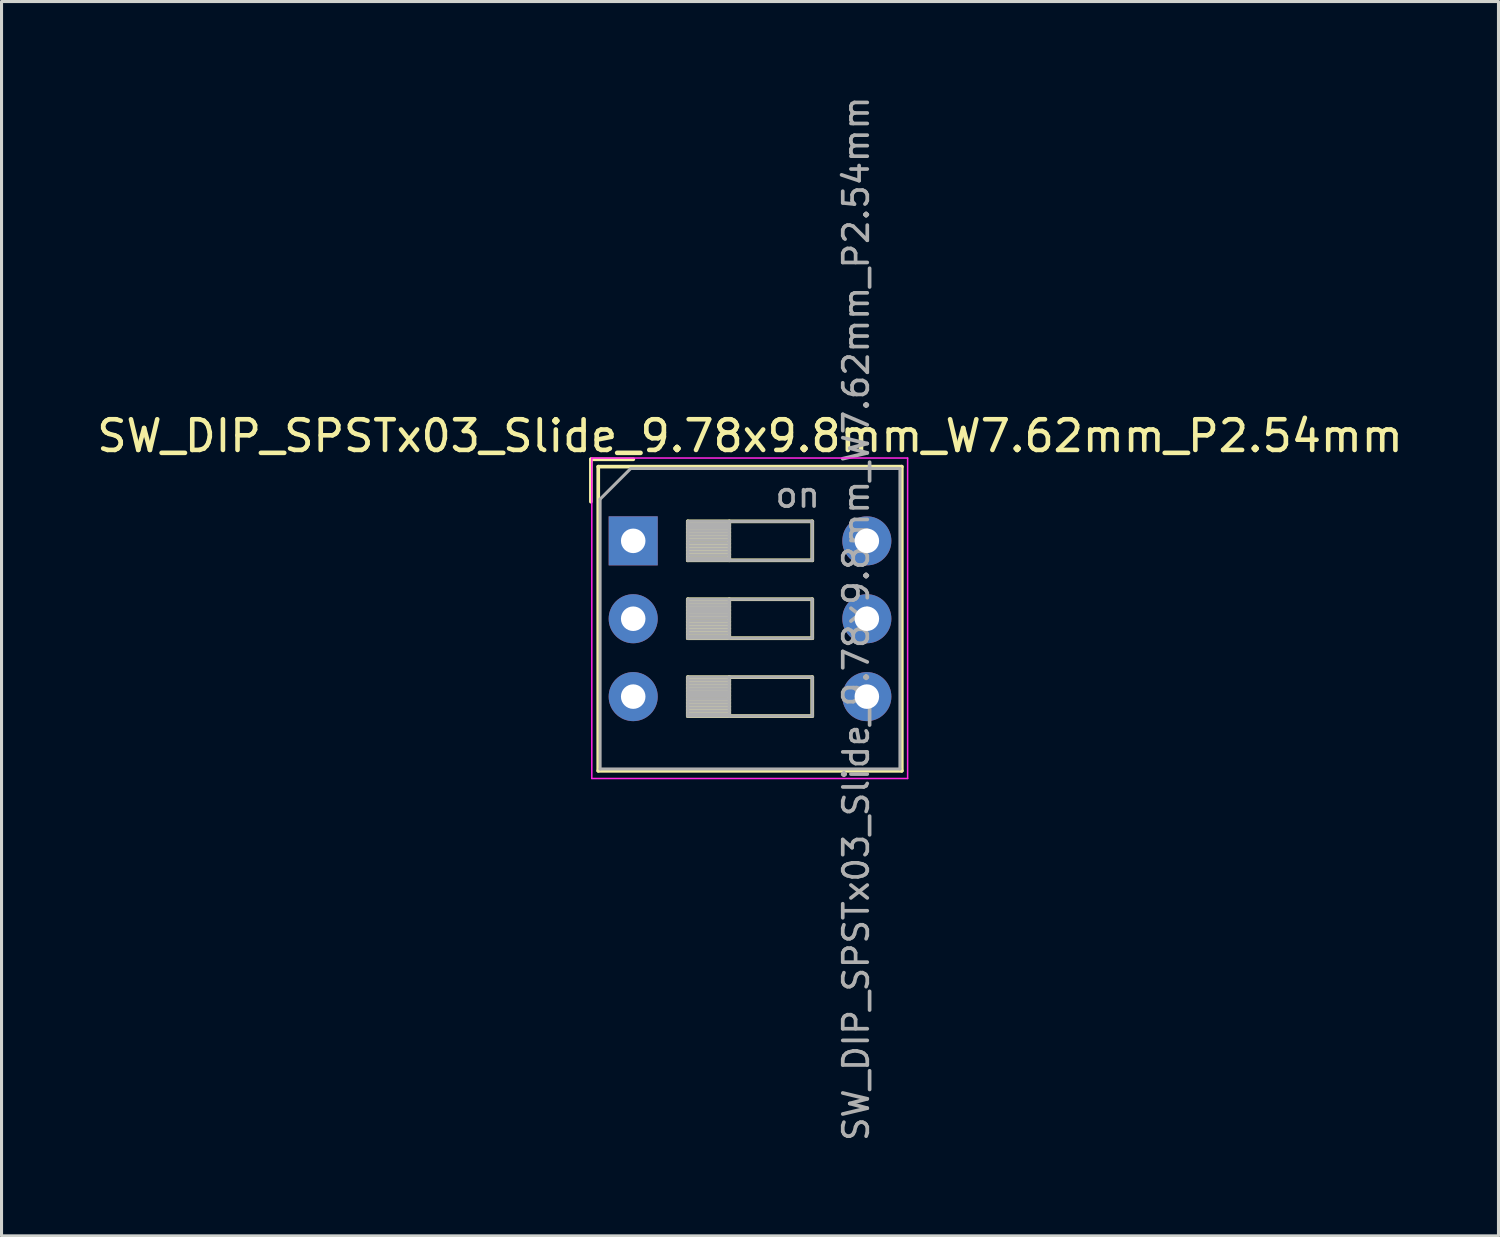
<source format=kicad_pcb>
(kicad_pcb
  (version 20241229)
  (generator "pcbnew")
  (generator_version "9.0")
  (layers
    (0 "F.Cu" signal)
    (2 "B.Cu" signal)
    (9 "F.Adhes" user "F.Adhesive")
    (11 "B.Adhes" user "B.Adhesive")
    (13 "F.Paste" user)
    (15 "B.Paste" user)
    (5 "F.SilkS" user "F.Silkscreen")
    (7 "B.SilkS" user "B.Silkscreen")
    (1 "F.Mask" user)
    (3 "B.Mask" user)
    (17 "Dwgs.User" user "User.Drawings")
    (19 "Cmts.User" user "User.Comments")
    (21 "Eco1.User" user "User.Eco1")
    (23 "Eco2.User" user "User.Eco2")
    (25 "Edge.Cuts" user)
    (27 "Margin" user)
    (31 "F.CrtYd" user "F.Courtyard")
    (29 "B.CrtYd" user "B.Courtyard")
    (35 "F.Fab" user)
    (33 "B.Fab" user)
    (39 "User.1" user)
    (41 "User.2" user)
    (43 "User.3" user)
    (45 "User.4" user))
  (footprint "SW_DIP_SPSTx03_Slide_9.78x9.8mm_W7.62mm_P2.54mm"
    (layer "F.Cu")
    (at 17.601 14.589)
    (property "Reference" "SW_DIP_SPSTx03_Slide_9.78x9.8mm_W7.62mm_P2.54mm" (at 3.81 -3.42 0) (layer "F.SilkS") (effects (font (size 1 1) (thickness 0.15))))
    (attr through_hole)
    (fp_line (start -1.38 -2.66) (end -1.38 -1.277) (stroke (width 0.12) (type solid)) (layer "F.SilkS"))
    (fp_line (start -1.38 -2.66) (end 0.004 -2.66) (stroke (width 0.12) (type solid)) (layer "F.SilkS"))
    (fp_line (start -1.14 -2.42) (end -1.14 7.5) (stroke (width 0.12) (type solid)) (layer "F.SilkS"))
    (fp_line (start -1.14 -2.42) (end 8.76 -2.42) (stroke (width 0.12) (type solid)) (layer "F.SilkS"))
    (fp_line (start -1.14 7.5) (end 8.76 7.5) (stroke (width 0.12) (type solid)) (layer "F.SilkS"))
    (fp_line (start 1.78 -0.635) (end 1.78 0.635) (stroke (width 0.12) (type solid)) (layer "F.SilkS"))
    (fp_line (start 1.78 -0.515) (end 3.133 -0.515) (stroke (width 0.12) (type solid)) (layer "F.SilkS"))
    (fp_line (start 1.78 -0.395) (end 3.133 -0.395) (stroke (width 0.12) (type solid)) (layer "F.SilkS"))
    (fp_line (start 1.78 -0.275) (end 3.133 -0.275) (stroke (width 0.12) (type solid)) (layer "F.SilkS"))
    (fp_line (start 1.78 -0.155) (end 3.133 -0.155) (stroke (width 0.12) (type solid)) (layer "F.SilkS"))
    (fp_line (start 1.78 -0.035) (end 3.133 -0.035) (stroke (width 0.12) (type solid)) (layer "F.SilkS"))
    (fp_line (start 1.78 0.085) (end 3.133 0.085) (stroke (width 0.12) (type solid)) (layer "F.SilkS"))
    (fp_line (start 1.78 0.205) (end 3.133 0.205) (stroke (width 0.12) (type solid)) (layer "F.SilkS"))
    (fp_line (start 1.78 0.325) (end 3.133 0.325) (stroke (width 0.12) (type solid)) (layer "F.SilkS"))
    (fp_line (start 1.78 0.445) (end 3.133 0.445) (stroke (width 0.12) (type solid)) (layer "F.SilkS"))
    (fp_line (start 1.78 0.565) (end 3.133 0.565) (stroke (width 0.12) (type solid)) (layer "F.SilkS"))
    (fp_line (start 1.78 0.635) (end 5.84 0.635) (stroke (width 0.12) (type solid)) (layer "F.SilkS"))
    (fp_line (start 1.78 1.905) (end 1.78 3.175) (stroke (width 0.12) (type solid)) (layer "F.SilkS"))
    (fp_line (start 1.78 2.025) (end 3.133 2.025) (stroke (width 0.12) (type solid)) (layer "F.SilkS"))
    (fp_line (start 1.78 2.145) (end 3.133 2.145) (stroke (width 0.12) (type solid)) (layer "F.SilkS"))
    (fp_line (start 1.78 2.265) (end 3.133 2.265) (stroke (width 0.12) (type solid)) (layer "F.SilkS"))
    (fp_line (start 1.78 2.385) (end 3.133 2.385) (stroke (width 0.12) (type solid)) (layer "F.SilkS"))
    (fp_line (start 1.78 2.505) (end 3.133 2.505) (stroke (width 0.12) (type solid)) (layer "F.SilkS"))
    (fp_line (start 1.78 2.625) (end 3.133 2.625) (stroke (width 0.12) (type solid)) (layer "F.SilkS"))
    (fp_line (start 1.78 2.745) (end 3.133 2.745) (stroke (width 0.12) (type solid)) (layer "F.SilkS"))
    (fp_line (start 1.78 2.865) (end 3.133 2.865) (stroke (width 0.12) (type solid)) (layer "F.SilkS"))
    (fp_line (start 1.78 2.985) (end 3.133 2.985) (stroke (width 0.12) (type solid)) (layer "F.SilkS"))
    (fp_line (start 1.78 3.105) (end 3.133 3.105) (stroke (width 0.12) (type solid)) (layer "F.SilkS"))
    (fp_line (start 1.78 3.175) (end 5.84 3.175) (stroke (width 0.12) (type solid)) (layer "F.SilkS"))
    (fp_line (start 1.78 4.445) (end 1.78 5.715) (stroke (width 0.12) (type solid)) (layer "F.SilkS"))
    (fp_line (start 1.78 4.565) (end 3.133 4.565) (stroke (width 0.12) (type solid)) (layer "F.SilkS"))
    (fp_line (start 1.78 4.685) (end 3.133 4.685) (stroke (width 0.12) (type solid)) (layer "F.SilkS"))
    (fp_line (start 1.78 4.805) (end 3.133 4.805) (stroke (width 0.12) (type solid)) (layer "F.SilkS"))
    (fp_line (start 1.78 4.925) (end 3.133 4.925) (stroke (width 0.12) (type solid)) (layer "F.SilkS"))
    (fp_line (start 1.78 5.045) (end 3.133 5.045) (stroke (width 0.12) (type solid)) (layer "F.SilkS"))
    (fp_line (start 1.78 5.165) (end 3.133 5.165) (stroke (width 0.12) (type solid)) (layer "F.SilkS"))
    (fp_line (start 1.78 5.285) (end 3.133 5.285) (stroke (width 0.12) (type solid)) (layer "F.SilkS"))
    (fp_line (start 1.78 5.405) (end 3.133 5.405) (stroke (width 0.12) (type solid)) (layer "F.SilkS"))
    (fp_line (start 1.78 5.525) (end 3.133 5.525) (stroke (width 0.12) (type solid)) (layer "F.SilkS"))
    (fp_line (start 1.78 5.645) (end 3.133 5.645) (stroke (width 0.12) (type solid)) (layer "F.SilkS"))
    (fp_line (start 1.78 5.715) (end 5.84 5.715) (stroke (width 0.12) (type solid)) (layer "F.SilkS"))
    (fp_line (start 3.133 -0.635) (end 3.133 0.635) (stroke (width 0.12) (type solid)) (layer "F.SilkS"))
    (fp_line (start 3.133 1.905) (end 3.133 3.175) (stroke (width 0.12) (type solid)) (layer "F.SilkS"))
    (fp_line (start 3.133 4.445) (end 3.133 5.715) (stroke (width 0.12) (type solid)) (layer "F.SilkS"))
    (fp_line (start 5.84 -0.635) (end 1.78 -0.635) (stroke (width 0.12) (type solid)) (layer "F.SilkS"))
    (fp_line (start 5.84 0.635) (end 5.84 -0.635) (stroke (width 0.12) (type solid)) (layer "F.SilkS"))
    (fp_line (start 5.84 1.905) (end 1.78 1.905) (stroke (width 0.12) (type solid)) (layer "F.SilkS"))
    (fp_line (start 5.84 3.175) (end 5.84 1.905) (stroke (width 0.12) (type solid)) (layer "F.SilkS"))
    (fp_line (start 5.84 4.445) (end 1.78 4.445) (stroke (width 0.12) (type solid)) (layer "F.SilkS"))
    (fp_line (start 5.84 5.715) (end 5.84 4.445) (stroke (width 0.12) (type solid)) (layer "F.SilkS"))
    (fp_line (start 8.76 -2.42) (end 8.76 7.5) (stroke (width 0.12) (type solid)) (layer "F.SilkS"))
    (fp_line (start -1.35 -2.7) (end -1.35 7.75) (stroke (width 0.05) (type solid)) (layer "F.CrtYd"))
    (fp_line (start -1.35 7.75) (end 8.95 7.75) (stroke (width 0.05) (type solid)) (layer "F.CrtYd"))
    (fp_line (start 8.95 -2.7) (end -1.35 -2.7) (stroke (width 0.05) (type solid)) (layer "F.CrtYd"))
    (fp_line (start 8.95 7.75) (end 8.95 -2.7) (stroke (width 0.05) (type solid)) (layer "F.CrtYd"))
    (fp_line (start -1.08 -1.36) (end -0.08 -2.36) (stroke (width 0.1) (type solid)) (layer "F.Fab"))
    (fp_line (start -1.08 7.44) (end -1.08 -1.36) (stroke (width 0.1) (type solid)) (layer "F.Fab"))
    (fp_line (start -0.08 -2.36) (end 8.7 -2.36) (stroke (width 0.1) (type solid)) (layer "F.Fab"))
    (fp_line (start 1.78 -0.635) (end 1.78 0.635) (stroke (width 0.1) (type solid)) (layer "F.Fab"))
    (fp_line (start 1.78 -0.535) (end 3.133 -0.535) (stroke (width 0.1) (type solid)) (layer "F.Fab"))
    (fp_line (start 1.78 -0.435) (end 3.133 -0.435) (stroke (width 0.1) (type solid)) (layer "F.Fab"))
    (fp_line (start 1.78 -0.335) (end 3.133 -0.335) (stroke (width 0.1) (type solid)) (layer "F.Fab"))
    (fp_line (start 1.78 -0.235) (end 3.133 -0.235) (stroke (width 0.1) (type solid)) (layer "F.Fab"))
    (fp_line (start 1.78 -0.135) (end 3.133 -0.135) (stroke (width 0.1) (type solid)) (layer "F.Fab"))
    (fp_line (start 1.78 -0.035) (end 3.133 -0.035) (stroke (width 0.1) (type solid)) (layer "F.Fab"))
    (fp_line (start 1.78 0.065) (end 3.133 0.065) (stroke (width 0.1) (type solid)) (layer "F.Fab"))
    (fp_line (start 1.78 0.165) (end 3.133 0.165) (stroke (width 0.1) (type solid)) (layer "F.Fab"))
    (fp_line (start 1.78 0.265) (end 3.133 0.265) (stroke (width 0.1) (type solid)) (layer "F.Fab"))
    (fp_line (start 1.78 0.365) (end 3.133 0.365) (stroke (width 0.1) (type solid)) (layer "F.Fab"))
    (fp_line (start 1.78 0.465) (end 3.133 0.465) (stroke (width 0.1) (type solid)) (layer "F.Fab"))
    (fp_line (start 1.78 0.565) (end 3.133 0.565) (stroke (width 0.1) (type solid)) (layer "F.Fab"))
    (fp_line (start 1.78 0.635) (end 5.84 0.635) (stroke (width 0.1) (type solid)) (layer "F.Fab"))
    (fp_line (start 1.78 1.905) (end 1.78 3.175) (stroke (width 0.1) (type solid)) (layer "F.Fab"))
    (fp_line (start 1.78 2.005) (end 3.133 2.005) (stroke (width 0.1) (type solid)) (layer "F.Fab"))
    (fp_line (start 1.78 2.105) (end 3.133 2.105) (stroke (width 0.1) (type solid)) (layer "F.Fab"))
    (fp_line (start 1.78 2.205) (end 3.133 2.205) (stroke (width 0.1) (type solid)) (layer "F.Fab"))
    (fp_line (start 1.78 2.305) (end 3.133 2.305) (stroke (width 0.1) (type solid)) (layer "F.Fab"))
    (fp_line (start 1.78 2.405) (end 3.133 2.405) (stroke (width 0.1) (type solid)) (layer "F.Fab"))
    (fp_line (start 1.78 2.505) (end 3.133 2.505) (stroke (width 0.1) (type solid)) (layer "F.Fab"))
    (fp_line (start 1.78 2.605) (end 3.133 2.605) (stroke (width 0.1) (type solid)) (layer "F.Fab"))
    (fp_line (start 1.78 2.705) (end 3.133 2.705) (stroke (width 0.1) (type solid)) (layer "F.Fab"))
    (fp_line (start 1.78 2.805) (end 3.133 2.805) (stroke (width 0.1) (type solid)) (layer "F.Fab"))
    (fp_line (start 1.78 2.905) (end 3.133 2.905) (stroke (width 0.1) (type solid)) (layer "F.Fab"))
    (fp_line (start 1.78 3.005) (end 3.133 3.005) (stroke (width 0.1) (type solid)) (layer "F.Fab"))
    (fp_line (start 1.78 3.105) (end 3.133 3.105) (stroke (width 0.1) (type solid)) (layer "F.Fab"))
    (fp_line (start 1.78 3.175) (end 5.84 3.175) (stroke (width 0.1) (type solid)) (layer "F.Fab"))
    (fp_line (start 1.78 4.445) (end 1.78 5.715) (stroke (width 0.1) (type solid)) (layer "F.Fab"))
    (fp_line (start 1.78 4.545) (end 3.133 4.545) (stroke (width 0.1) (type solid)) (layer "F.Fab"))
    (fp_line (start 1.78 4.645) (end 3.133 4.645) (stroke (width 0.1) (type solid)) (layer "F.Fab"))
    (fp_line (start 1.78 4.745) (end 3.133 4.745) (stroke (width 0.1) (type solid)) (layer "F.Fab"))
    (fp_line (start 1.78 4.845) (end 3.133 4.845) (stroke (width 0.1) (type solid)) (layer "F.Fab"))
    (fp_line (start 1.78 4.945) (end 3.133 4.945) (stroke (width 0.1) (type solid)) (layer "F.Fab"))
    (fp_line (start 1.78 5.045) (end 3.133 5.045) (stroke (width 0.1) (type solid)) (layer "F.Fab"))
    (fp_line (start 1.78 5.145) (end 3.133 5.145) (stroke (width 0.1) (type solid)) (layer "F.Fab"))
    (fp_line (start 1.78 5.245) (end 3.133 5.245) (stroke (width 0.1) (type solid)) (layer "F.Fab"))
    (fp_line (start 1.78 5.345) (end 3.133 5.345) (stroke (width 0.1) (type solid)) (layer "F.Fab"))
    (fp_line (start 1.78 5.445) (end 3.133 5.445) (stroke (width 0.1) (type solid)) (layer "F.Fab"))
    (fp_line (start 1.78 5.545) (end 3.133 5.545) (stroke (width 0.1) (type solid)) (layer "F.Fab"))
    (fp_line (start 1.78 5.645) (end 3.133 5.645) (stroke (width 0.1) (type solid)) (layer "F.Fab"))
    (fp_line (start 1.78 5.715) (end 5.84 5.715) (stroke (width 0.1) (type solid)) (layer "F.Fab"))
    (fp_line (start 3.133 -0.635) (end 3.133 0.635) (stroke (width 0.1) (type solid)) (layer "F.Fab"))
    (fp_line (start 3.133 1.905) (end 3.133 3.175) (stroke (width 0.1) (type solid)) (layer "F.Fab"))
    (fp_line (start 3.133 4.445) (end 3.133 5.715) (stroke (width 0.1) (type solid)) (layer "F.Fab"))
    (fp_line (start 5.84 -0.635) (end 1.78 -0.635) (stroke (width 0.1) (type solid)) (layer "F.Fab"))
    (fp_line (start 5.84 0.635) (end 5.84 -0.635) (stroke (width 0.1) (type solid)) (layer "F.Fab"))
    (fp_line (start 5.84 1.905) (end 1.78 1.905) (stroke (width 0.1) (type solid)) (layer "F.Fab"))
    (fp_line (start 5.84 3.175) (end 5.84 1.905) (stroke (width 0.1) (type solid)) (layer "F.Fab"))
    (fp_line (start 5.84 4.445) (end 1.78 4.445) (stroke (width 0.1) (type solid)) (layer "F.Fab"))
    (fp_line (start 5.84 5.715) (end 5.84 4.445) (stroke (width 0.1) (type solid)) (layer "F.Fab"))
    (fp_line (start 8.7 -2.36) (end 8.7 7.44) (stroke (width 0.1) (type solid)) (layer "F.Fab"))
    (fp_line (start 8.7 7.44) (end -1.08 7.44) (stroke (width 0.1) (type solid)) (layer "F.Fab"))
    (fp_text user "on" (at 5.365 -1.498 0) (layer "F.Fab") (effects (font (size 0.8 0.8) (thickness 0.12))))
    (fp_text user "${REFERENCE}" (at 7.27 2.54 90) (layer "F.Fab") (effects (font (size 0.8 0.8) (thickness 0.12))))
    (pad "1" thru_hole rect (at 0 0) (size 1.6 1.6) (drill 0.8) (layers "*.Cu" "*.Mask"))
    (pad "2" thru_hole oval (at 0 2.54) (size 1.6 1.6) (drill 0.8) (layers "*.Cu" "*.Mask"))
    (pad "3" thru_hole oval (at 0 5.08) (size 1.6 1.6) (drill 0.8) (layers "*.Cu" "*.Mask"))
    (pad "4" thru_hole oval (at 7.62 5.08) (size 1.6 1.6) (drill 0.8) (layers "*.Cu" "*.Mask"))
    (pad "5" thru_hole oval (at 7.62 2.54) (size 1.6 1.6) (drill 0.8) (layers "*.Cu" "*.Mask"))
    (pad "6" thru_hole oval (at 7.62 0) (size 1.6 1.6) (drill 0.8) (layers "*.Cu" "*.Mask")))
  (gr_rect
    (start -3 -3)
    (end 45.821 37.257)
    (stroke (width 0.1) (type default))
    (fill no)
    (layer "Edge.Cuts")))
</source>
